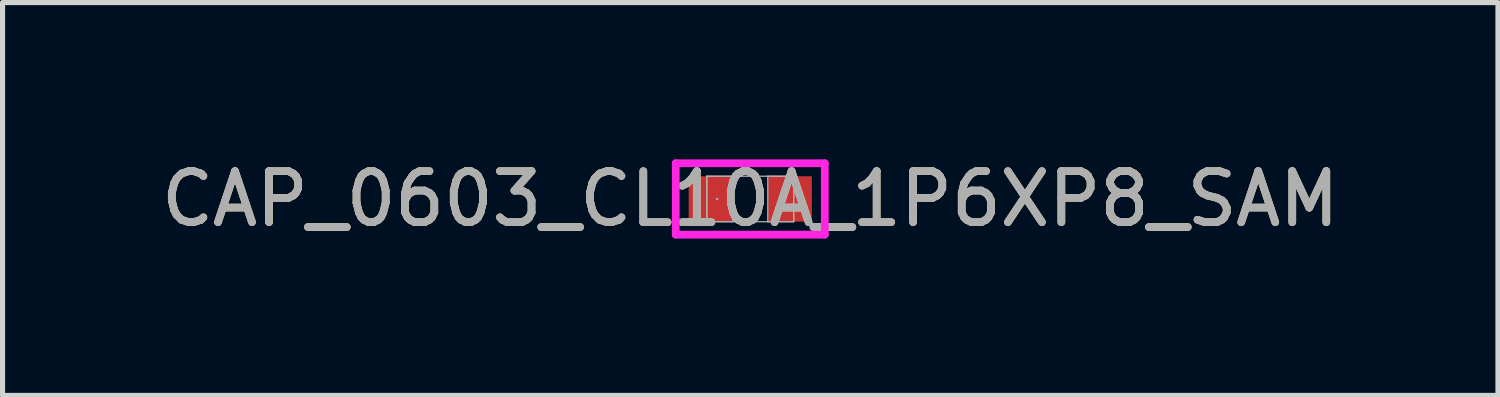
<source format=kicad_pcb>
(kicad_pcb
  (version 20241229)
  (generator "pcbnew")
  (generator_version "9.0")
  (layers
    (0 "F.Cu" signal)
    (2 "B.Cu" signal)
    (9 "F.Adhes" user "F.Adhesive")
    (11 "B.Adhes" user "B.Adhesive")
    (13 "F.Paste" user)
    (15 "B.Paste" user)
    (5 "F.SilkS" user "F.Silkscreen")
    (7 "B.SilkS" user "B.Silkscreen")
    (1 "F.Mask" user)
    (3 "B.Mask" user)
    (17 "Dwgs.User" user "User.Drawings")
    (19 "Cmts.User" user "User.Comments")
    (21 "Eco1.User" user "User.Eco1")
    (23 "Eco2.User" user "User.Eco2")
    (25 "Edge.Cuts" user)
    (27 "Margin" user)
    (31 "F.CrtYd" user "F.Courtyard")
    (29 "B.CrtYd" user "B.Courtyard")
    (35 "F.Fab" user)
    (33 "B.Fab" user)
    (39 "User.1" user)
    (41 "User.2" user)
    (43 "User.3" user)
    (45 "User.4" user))
  (footprint "CAP_0603_CL10A_1P6XP8_SAM"
    (layer "F.Cu")
    (at 11.649 0.848)
    (property "Reference" "CAP_0603_CL10A_1P6XP8_SAM" (at 0 0 0) (unlocked yes) (layer "F.SilkS") (effects (font (size 1 1) (thickness 0.15))))
    (attr smd)
    (fp_line (start -1.46 -0.699) (end 1.46 -0.699) (stroke (width 0.152) (type solid)) (layer "F.CrtYd"))
    (fp_line (start -1.46 0.699) (end -1.46 -0.699) (stroke (width 0.152) (type solid)) (layer "F.CrtYd"))
    (fp_line (start 1.46 -0.699) (end 1.46 0.699) (stroke (width 0.152) (type solid)) (layer "F.CrtYd"))
    (fp_line (start 1.46 0.699) (end -1.46 0.699) (stroke (width 0.152) (type solid)) (layer "F.CrtYd"))
    (fp_line (start -0.851 -0.445) (end -0.851 0.445) (stroke (width 0.025) (type solid)) (layer "F.Fab"))
    (fp_line (start -0.851 -0.445) (end -0.851 0.445) (stroke (width 0.025) (type solid)) (layer "F.Fab"))
    (fp_line (start -0.851 0.445) (end -0.343 0.445) (stroke (width 0.025) (type solid)) (layer "F.Fab"))
    (fp_line (start -0.851 0.445) (end 0.851 0.445) (stroke (width 0.025) (type solid)) (layer "F.Fab"))
    (fp_line (start -0.343 -0.445) (end -0.851 -0.445) (stroke (width 0.025) (type solid)) (layer "F.Fab"))
    (fp_line (start -0.343 0.445) (end -0.343 -0.445) (stroke (width 0.025) (type solid)) (layer "F.Fab"))
    (fp_line (start 0.343 -0.445) (end 0.343 0.445) (stroke (width 0.025) (type solid)) (layer "F.Fab"))
    (fp_line (start 0.343 0.445) (end 0.851 0.445) (stroke (width 0.025) (type solid)) (layer "F.Fab"))
    (fp_line (start 0.851 -0.445) (end -0.851 -0.445) (stroke (width 0.025) (type solid)) (layer "F.Fab"))
    (fp_line (start 0.851 -0.445) (end 0.343 -0.445) (stroke (width 0.025) (type solid)) (layer "F.Fab"))
    (fp_line (start 0.851 0.445) (end 0.851 -0.445) (stroke (width 0.025) (type solid)) (layer "F.Fab"))
    (fp_line (start 0.851 0.445) (end 0.851 -0.445) (stroke (width 0.025) (type solid)) (layer "F.Fab"))
    (fp_circle (center -0.648 0) (end -0.648 0) (stroke (width 0.025) (type solid)) (fill no) (layer "F.Fab"))
    (fp_text user "${REFERENCE}" (at 0 0 0) (unlocked yes) (layer "F.Fab") (effects (font (size 1 1) (thickness 0.15))))
    (pad "1" smd rect (at -0.775 0) (size 0.864 0.889) (layers "F.Cu" "F.Mask" "F.Paste"))
    (pad "2" smd rect (at 0.775 0) (size 0.864 0.889) (layers "F.Cu" "F.Mask" "F.Paste"))
    (zone (net_name "") (layer "F.Cu") (hatch full 0.508) (connect_pads) (min_thickness 0.254) (filled_areas_thickness no) (keepout (tracks not_allowed) (vias not_allowed) (pads allowed) (copperpour not_allowed) (footprints allowed)) (placement (enabled no)) (fill) (polygon (pts (xy 11.357 0.455) (xy 11.941 0.455) (xy 11.941 1.242) (xy 11.357 1.242)))))
  (gr_rect
    (start -3 -3)
    (end 26.298 4.697)
    (stroke (width 0.1) (type default))
    (fill no)
    (layer "Edge.Cuts")))
</source>
